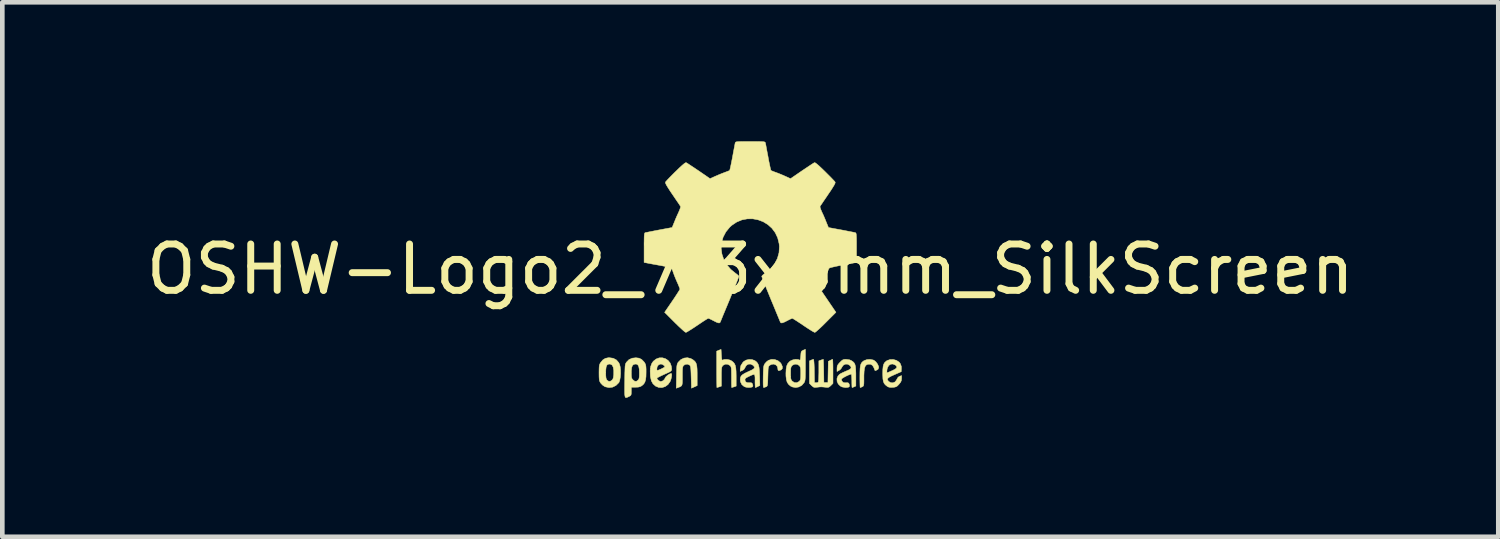
<source format=kicad_pcb>
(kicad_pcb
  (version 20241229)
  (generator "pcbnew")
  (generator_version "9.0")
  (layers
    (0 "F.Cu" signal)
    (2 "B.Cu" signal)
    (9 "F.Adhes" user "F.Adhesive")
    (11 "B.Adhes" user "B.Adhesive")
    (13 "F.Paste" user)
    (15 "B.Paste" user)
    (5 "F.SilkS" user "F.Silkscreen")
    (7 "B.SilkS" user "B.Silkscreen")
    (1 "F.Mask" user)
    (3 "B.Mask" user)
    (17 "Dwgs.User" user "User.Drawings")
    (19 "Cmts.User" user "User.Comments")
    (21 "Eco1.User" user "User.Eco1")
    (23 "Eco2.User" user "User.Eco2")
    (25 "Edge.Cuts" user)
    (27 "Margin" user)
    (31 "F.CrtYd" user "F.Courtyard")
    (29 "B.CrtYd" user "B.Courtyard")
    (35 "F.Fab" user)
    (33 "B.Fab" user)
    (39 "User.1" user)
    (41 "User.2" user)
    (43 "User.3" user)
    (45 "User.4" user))
  (footprint "OSHW-Logo2_7.3x6mm_SilkScreen"
    (layer "F.Cu")
    (at 13.149 2.763)
    (property "Reference" "OSHW-Logo2_7.3x6mm_SilkScreen" (at 0 0 0) (layer "F.SilkS") (effects (font (size 1 1) (thickness 0.15))))
    (attr exclude_from_bom)
    (fp_poly (pts (xy 2.653 1.959) (xy 2.67 1.966) (xy 2.711 1.999) (xy 2.747 2.047) (xy 2.769 2.097) (xy 2.772 2.122) (xy 2.76 2.157) (xy 2.734 2.175) (xy 2.706 2.187) (xy 2.693 2.189) (xy 2.687 2.174) (xy 2.674 2.141) (xy 2.669 2.127) (xy 2.639 2.076) (xy 2.595 2.05) (xy 2.538 2.051) (xy 2.534 2.052) (xy 2.504 2.067) (xy 2.481 2.094) (xy 2.466 2.139) (xy 2.457 2.205) (xy 2.453 2.294) (xy 2.453 2.341) (xy 2.453 2.416) (xy 2.452 2.467) (xy 2.448 2.499) (xy 2.442 2.518) (xy 2.432 2.529) (xy 2.417 2.537) (xy 2.416 2.538) (xy 2.387 2.55) (xy 2.372 2.555) (xy 2.37 2.541) (xy 2.368 2.503) (xy 2.367 2.446) (xy 2.366 2.374) (xy 2.366 2.322) (xy 2.367 2.22) (xy 2.37 2.143) (xy 2.377 2.086) (xy 2.389 2.045) (xy 2.407 2.014) (xy 2.432 1.99) (xy 2.457 1.973) (xy 2.517 1.951) (xy 2.587 1.946) (xy 2.653 1.959)) (stroke (width 0.01) (type solid)) (fill yes) (layer "F.SilkS"))
    (fp_poly (pts (xy -1.284 1.928) (xy -1.237 1.955) (xy -1.205 1.981) (xy -1.181 2.009) (xy -1.165 2.044) (xy -1.155 2.089) (xy -1.149 2.151) (xy -1.147 2.234) (xy -1.147 2.293) (xy -1.147 2.512) (xy -1.208 2.54) (xy -1.27 2.568) (xy -1.277 2.328) (xy -1.28 2.238) (xy -1.283 2.173) (xy -1.287 2.128) (xy -1.293 2.099) (xy -1.3 2.081) (xy -1.31 2.07) (xy -1.313 2.067) (xy -1.36 2.048) (xy -1.408 2.056) (xy -1.437 2.076) (xy -1.449 2.09) (xy -1.457 2.108) (xy -1.462 2.136) (xy -1.465 2.179) (xy -1.466 2.242) (xy -1.466 2.307) (xy -1.466 2.389) (xy -1.467 2.447) (xy -1.472 2.486) (xy -1.482 2.512) (xy -1.499 2.528) (xy -1.525 2.541) (xy -1.56 2.554) (xy -1.598 2.569) (xy -1.594 2.311) (xy -1.592 2.219) (xy -1.59 2.15) (xy -1.587 2.101) (xy -1.582 2.066) (xy -1.575 2.042) (xy -1.566 2.022) (xy -1.554 2.005) (xy -1.499 1.95) (xy -1.431 1.918) (xy -1.357 1.91) (xy -1.284 1.928)) (stroke (width 0.01) (type solid)) (fill yes) (layer "F.SilkS"))
    (fp_poly (pts (xy 0.53 1.95) (xy 0.596 1.974) (xy 0.649 2.017) (xy 0.67 2.047) (xy 0.693 2.103) (xy 0.692 2.143) (xy 0.669 2.17) (xy 0.66 2.175) (xy 0.622 2.189) (xy 0.602 2.185) (xy 0.595 2.161) (xy 0.595 2.148) (xy 0.583 2.099) (xy 0.551 2.065) (xy 0.508 2.048) (xy 0.459 2.053) (xy 0.419 2.074) (xy 0.405 2.087) (xy 0.396 2.101) (xy 0.389 2.124) (xy 0.385 2.159) (xy 0.383 2.212) (xy 0.381 2.288) (xy 0.38 2.312) (xy 0.378 2.394) (xy 0.376 2.451) (xy 0.372 2.49) (xy 0.367 2.513) (xy 0.359 2.526) (xy 0.347 2.535) (xy 0.339 2.538) (xy 0.307 2.55) (xy 0.288 2.555) (xy 0.282 2.541) (xy 0.278 2.5) (xy 0.277 2.431) (xy 0.278 2.334) (xy 0.278 2.319) (xy 0.28 2.23) (xy 0.283 2.165) (xy 0.286 2.119) (xy 0.292 2.087) (xy 0.3 2.064) (xy 0.311 2.044) (xy 0.317 2.035) (xy 0.35 1.998) (xy 0.388 1.969) (xy 0.392 1.966) (xy 0.459 1.946) (xy 0.53 1.95)) (stroke (width 0.01) (type solid)) (fill yes) (layer "F.SilkS"))
    (fp_poly (pts (xy -0.624 1.851) (xy -0.62 1.911) (xy -0.615 1.946) (xy -0.608 1.961) (xy -0.598 1.961) (xy -0.595 1.959) (xy -0.552 1.946) (xy -0.497 1.947) (xy -0.44 1.96) (xy -0.405 1.978) (xy -0.369 2.006) (xy -0.342 2.038) (xy -0.324 2.078) (xy -0.313 2.132) (xy -0.307 2.204) (xy -0.305 2.299) (xy -0.305 2.317) (xy -0.305 2.523) (xy -0.351 2.539) (xy -0.383 2.549) (xy -0.401 2.554) (xy -0.401 2.555) (xy -0.403 2.541) (xy -0.405 2.503) (xy -0.406 2.446) (xy -0.406 2.375) (xy -0.406 2.332) (xy -0.407 2.247) (xy -0.408 2.186) (xy -0.41 2.144) (xy -0.415 2.117) (xy -0.422 2.098) (xy -0.433 2.085) (xy -0.44 2.078) (xy -0.487 2.051) (xy -0.538 2.049) (xy -0.584 2.072) (xy -0.593 2.08) (xy -0.605 2.095) (xy -0.614 2.114) (xy -0.619 2.14) (xy -0.622 2.18) (xy -0.624 2.238) (xy -0.624 2.318) (xy -0.624 2.523) (xy -0.67 2.539) (xy -0.702 2.549) (xy -0.72 2.554) (xy -0.721 2.555) (xy -0.722 2.541) (xy -0.723 2.501) (xy -0.724 2.441) (xy -0.725 2.362) (xy -0.726 2.269) (xy -0.726 2.167) (xy -0.726 1.769) (xy -0.679 1.749) (xy -0.631 1.73) (xy -0.624 1.851)) (stroke (width 0.01) (type solid)) (fill yes) (layer "F.SilkS"))
    (fp_poly (pts (xy 1.78 1.959) (xy 1.782 1.997) (xy 1.784 2.055) (xy 1.785 2.128) (xy 1.785 2.205) (xy 1.785 2.465) (xy 1.739 2.511) (xy 1.708 2.539) (xy 1.68 2.551) (xy 1.642 2.55) (xy 1.627 2.548) (xy 1.58 2.543) (xy 1.541 2.54) (xy 1.531 2.54) (xy 1.499 2.541) (xy 1.453 2.546) (xy 1.436 2.548) (xy 1.392 2.552) (xy 1.363 2.544) (xy 1.334 2.521) (xy 1.323 2.511) (xy 1.277 2.465) (xy 1.277 1.979) (xy 1.314 1.962) (xy 1.346 1.949) (xy 1.365 1.945) (xy 1.369 1.959) (xy 1.374 1.997) (xy 1.378 2.056) (xy 1.381 2.132) (xy 1.382 2.195) (xy 1.386 2.446) (xy 1.421 2.451) (xy 1.452 2.447) (xy 1.468 2.436) (xy 1.472 2.415) (xy 1.476 2.371) (xy 1.478 2.309) (xy 1.48 2.235) (xy 1.48 2.197) (xy 1.48 1.977) (xy 1.526 1.961) (xy 1.559 1.95) (xy 1.576 1.945) (xy 1.577 1.945) (xy 1.578 1.959) (xy 1.58 1.997) (xy 1.582 2.054) (xy 1.584 2.127) (xy 1.585 2.195) (xy 1.589 2.446) (xy 1.676 2.446) (xy 1.68 2.217) (xy 1.684 1.989) (xy 1.727 1.967) (xy 1.758 1.952) (xy 1.777 1.945) (xy 1.777 1.945) (xy 1.78 1.959)) (stroke (width 0.01) (type solid)) (fill yes) (layer "F.SilkS"))
    (fp_poly (pts (xy -2.959 1.922) (xy -2.891 1.958) (xy -2.841 2.015) (xy -2.823 2.052) (xy -2.809 2.108) (xy -2.802 2.178) (xy -2.801 2.255) (xy -2.807 2.33) (xy -2.818 2.394) (xy -2.834 2.441) (xy -2.839 2.449) (xy -2.9 2.509) (xy -2.971 2.545) (xy -3.049 2.555) (xy -3.127 2.539) (xy -3.149 2.529) (xy -3.192 2.499) (xy -3.229 2.459) (xy -3.233 2.454) (xy -3.247 2.43) (xy -3.257 2.404) (xy -3.262 2.37) (xy -3.265 2.321) (xy -3.266 2.251) (xy -3.266 2.235) (xy -3.266 2.23) (xy -3.121 2.23) (xy -3.12 2.296) (xy -3.116 2.34) (xy -3.109 2.369) (xy -3.098 2.388) (xy -3.092 2.395) (xy -3.057 2.42) (xy -3.023 2.419) (xy -2.989 2.397) (xy -2.969 2.374) (xy -2.957 2.34) (xy -2.95 2.288) (xy -2.949 2.281) (xy -2.948 2.186) (xy -2.96 2.114) (xy -2.985 2.068) (xy -3.023 2.048) (xy -3.037 2.047) (xy -3.073 2.052) (xy -3.097 2.072) (xy -3.112 2.109) (xy -3.119 2.168) (xy -3.121 2.23) (xy -3.266 2.23) (xy -3.265 2.16) (xy -3.263 2.108) (xy -3.258 2.072) (xy -3.249 2.045) (xy -3.236 2.022) (xy -3.233 2.017) (xy -3.184 1.958) (xy -3.13 1.924) (xy -3.064 1.91) (xy -3.042 1.91) (xy -2.959 1.922)) (stroke (width 0.01) (type solid)) (fill yes) (layer "F.SilkS"))
    (fp_poly (pts (xy 3.154 1.967) (xy 3.211 2.004) (xy 3.239 2.038) (xy 3.261 2.099) (xy 3.262 2.147) (xy 3.258 2.212) (xy 3.11 2.277) (xy 3.037 2.31) (xy 2.99 2.337) (xy 2.966 2.36) (xy 2.961 2.383) (xy 2.975 2.407) (xy 2.99 2.424) (xy 3.034 2.45) (xy 3.081 2.452) (xy 3.125 2.432) (xy 3.157 2.391) (xy 3.163 2.376) (xy 3.191 2.331) (xy 3.222 2.312) (xy 3.266 2.296) (xy 3.266 2.358) (xy 3.262 2.4) (xy 3.247 2.436) (xy 3.215 2.477) (xy 3.211 2.482) (xy 3.176 2.519) (xy 3.145 2.538) (xy 3.108 2.547) (xy 3.076 2.55) (xy 3.02 2.551) (xy 2.981 2.542) (xy 2.956 2.528) (xy 2.917 2.497) (xy 2.89 2.465) (xy 2.873 2.423) (xy 2.863 2.368) (xy 2.86 2.291) (xy 2.859 2.253) (xy 2.86 2.206) (xy 2.948 2.206) (xy 2.949 2.231) (xy 2.952 2.235) (xy 2.968 2.23) (xy 3.004 2.215) (xy 3.052 2.194) (xy 3.062 2.19) (xy 3.123 2.159) (xy 3.157 2.132) (xy 3.164 2.106) (xy 3.146 2.08) (xy 3.132 2.069) (xy 3.079 2.046) (xy 3.03 2.05) (xy 2.989 2.078) (xy 2.961 2.127) (xy 2.952 2.166) (xy 2.948 2.206) (xy 2.86 2.206) (xy 2.861 2.162) (xy 2.868 2.095) (xy 2.882 2.047) (xy 2.904 2.011) (xy 2.937 1.983) (xy 2.951 1.973) (xy 3.015 1.95) (xy 3.085 1.948) (xy 3.154 1.967)) (stroke (width 0.01) (type solid)) (fill yes) (layer "F.SilkS"))
    (fp_poly (pts (xy 1.19 2.065) (xy 1.19 2.174) (xy 1.189 2.257) (xy 1.188 2.32) (xy 1.185 2.365) (xy 1.181 2.397) (xy 1.175 2.421) (xy 1.167 2.439) (xy 1.161 2.449) (xy 1.112 2.506) (xy 1.049 2.541) (xy 0.98 2.554) (xy 0.911 2.542) (xy 0.869 2.522) (xy 0.826 2.485) (xy 0.796 2.441) (xy 0.779 2.383) (xy 0.77 2.306) (xy 0.769 2.25) (xy 0.769 2.246) (xy 0.871 2.246) (xy 0.871 2.311) (xy 0.874 2.354) (xy 0.881 2.382) (xy 0.893 2.402) (xy 0.906 2.417) (xy 0.953 2.447) (xy 1.004 2.449) (xy 1.051 2.425) (xy 1.055 2.421) (xy 1.071 2.404) (xy 1.081 2.383) (xy 1.086 2.352) (xy 1.088 2.305) (xy 1.089 2.252) (xy 1.088 2.185) (xy 1.085 2.141) (xy 1.078 2.112) (xy 1.066 2.091) (xy 1.057 2.08) (xy 1.013 2.052) (xy 0.962 2.049) (xy 0.914 2.07) (xy 0.904 2.078) (xy 0.889 2.096) (xy 0.879 2.117) (xy 0.873 2.148) (xy 0.871 2.196) (xy 0.871 2.246) (xy 0.769 2.246) (xy 0.773 2.159) (xy 0.785 2.09) (xy 0.807 2.039) (xy 0.842 1.998) (xy 0.869 1.978) (xy 0.919 1.956) (xy 0.976 1.945) (xy 1.03 1.948) (xy 1.06 1.959) (xy 1.071 1.962) (xy 1.079 1.951) (xy 1.084 1.919) (xy 1.089 1.871) (xy 1.093 1.817) (xy 1.099 1.784) (xy 1.111 1.766) (xy 1.131 1.754) (xy 1.143 1.748) (xy 1.19 1.729) (xy 1.19 2.065)) (stroke (width 0.01) (type solid)) (fill yes) (layer "F.SilkS"))
    (fp_poly (pts (xy -1.832 1.931) (xy -1.774 1.97) (xy -1.73 2.025) (xy -1.704 2.096) (xy -1.698 2.148) (xy -1.699 2.17) (xy -1.704 2.187) (xy -1.718 2.201) (xy -1.745 2.218) (xy -1.79 2.239) (xy -1.857 2.269) (xy -1.858 2.27) (xy -1.92 2.298) (xy -1.97 2.323) (xy -2.005 2.342) (xy -2.017 2.353) (xy -2.017 2.353) (xy -2.006 2.376) (xy -1.98 2.402) (xy -1.949 2.42) (xy -1.934 2.424) (xy -1.891 2.411) (xy -1.855 2.379) (xy -1.837 2.345) (xy -1.82 2.319) (xy -1.787 2.29) (xy -1.748 2.264) (xy -1.713 2.25) (xy -1.706 2.25) (xy -1.698 2.262) (xy -1.697 2.294) (xy -1.703 2.337) (xy -1.715 2.383) (xy -1.73 2.423) (xy -1.731 2.424) (xy -1.777 2.489) (xy -1.837 2.533) (xy -1.906 2.555) (xy -1.976 2.552) (xy -2.044 2.524) (xy -2.047 2.522) (xy -2.101 2.473) (xy -2.136 2.41) (xy -2.155 2.327) (xy -2.158 2.304) (xy -2.162 2.194) (xy -2.157 2.143) (xy -2.017 2.143) (xy -2.016 2.175) (xy -2.006 2.184) (xy -1.981 2.177) (xy -1.942 2.161) (xy -1.899 2.14) (xy -1.898 2.139) (xy -1.861 2.12) (xy -1.846 2.107) (xy -1.85 2.093) (xy -1.865 2.076) (xy -1.904 2.05) (xy -1.946 2.048) (xy -1.984 2.067) (xy -2.01 2.103) (xy -2.017 2.143) (xy -2.157 2.143) (xy -2.153 2.106) (xy -2.128 2.036) (xy -2.095 1.987) (xy -2.033 1.938) (xy -1.966 1.913) (xy -1.897 1.912) (xy -1.832 1.931)) (stroke (width 0.01) (type solid)) (fill yes) (layer "F.SilkS"))
    (fp_poly (pts (xy 0.04 1.951) (xy 0.097 1.972) (xy 0.097 1.972) (xy 0.132 1.998) (xy 0.158 2.029) (xy 0.177 2.068) (xy 0.189 2.121) (xy 0.196 2.194) (xy 0.2 2.289) (xy 0.201 2.303) (xy 0.206 2.509) (xy 0.162 2.532) (xy 0.13 2.547) (xy 0.11 2.554) (xy 0.11 2.555) (xy 0.106 2.541) (xy 0.104 2.505) (xy 0.102 2.451) (xy 0.102 2.408) (xy 0.102 2.339) (xy 0.098 2.295) (xy 0.087 2.274) (xy 0.064 2.273) (xy 0.022 2.289) (xy -0.04 2.318) (xy -0.086 2.342) (xy -0.109 2.363) (xy -0.116 2.386) (xy -0.116 2.387) (xy -0.105 2.426) (xy -0.071 2.447) (xy -0.019 2.451) (xy 0.018 2.45) (xy 0.038 2.461) (xy 0.05 2.487) (xy 0.057 2.519) (xy 0.047 2.538) (xy 0.043 2.541) (xy 0.007 2.551) (xy -0.043 2.553) (xy -0.095 2.546) (xy -0.132 2.533) (xy -0.183 2.49) (xy -0.212 2.429) (xy -0.218 2.382) (xy -0.213 2.34) (xy -0.198 2.305) (xy -0.166 2.275) (xy -0.115 2.244) (xy -0.041 2.209) (xy -0.036 2.207) (xy 0.031 2.176) (xy 0.072 2.151) (xy 0.09 2.128) (xy 0.086 2.105) (xy 0.063 2.078) (xy 0.056 2.072) (xy 0.009 2.048) (xy -0.04 2.049) (xy -0.082 2.072) (xy -0.111 2.116) (xy -0.113 2.124) (xy -0.139 2.165) (xy -0.171 2.185) (xy -0.218 2.205) (xy -0.218 2.154) (xy -0.204 2.08) (xy -0.161 2.012) (xy -0.139 1.99) (xy -0.089 1.961) (xy -0.026 1.947) (xy 0.04 1.951)) (stroke (width 0.01) (type solid)) (fill yes) (layer "F.SilkS"))
    (fp_poly (pts (xy -2.4 1.92) (xy -2.345 1.948) (xy -2.296 1.998) (xy -2.282 2.017) (xy -2.268 2.042) (xy -2.258 2.069) (xy -2.253 2.105) (xy -2.25 2.156) (xy -2.25 2.224) (xy -2.252 2.318) (xy -2.261 2.388) (xy -2.277 2.44) (xy -2.303 2.48) (xy -2.34 2.513) (xy -2.342 2.515) (xy -2.379 2.535) (xy -2.422 2.545) (xy -2.478 2.547) (xy -2.569 2.547) (xy -2.569 2.635) (xy -2.57 2.684) (xy -2.575 2.713) (xy -2.588 2.73) (xy -2.614 2.745) (xy -2.62 2.748) (xy -2.649 2.762) (xy -2.672 2.77) (xy -2.688 2.771) (xy -2.7 2.761) (xy -2.707 2.737) (xy -2.712 2.696) (xy -2.713 2.636) (xy -2.713 2.553) (xy -2.712 2.445) (xy -2.711 2.413) (xy -2.71 2.302) (xy -2.709 2.229) (xy -2.569 2.229) (xy -2.568 2.29) (xy -2.565 2.331) (xy -2.557 2.358) (xy -2.543 2.378) (xy -2.533 2.388) (xy -2.495 2.418) (xy -2.46 2.42) (xy -2.425 2.396) (xy -2.424 2.395) (xy -2.409 2.376) (xy -2.401 2.351) (xy -2.396 2.312) (xy -2.395 2.252) (xy -2.395 2.238) (xy -2.398 2.156) (xy -2.409 2.099) (xy -2.429 2.064) (xy -2.458 2.048) (xy -2.476 2.047) (xy -2.516 2.054) (xy -2.544 2.078) (xy -2.561 2.123) (xy -2.568 2.191) (xy -2.569 2.229) (xy -2.709 2.229) (xy -2.708 2.215) (xy -2.706 2.15) (xy -2.704 2.103) (xy -2.7 2.069) (xy -2.694 2.045) (xy -2.687 2.028) (xy -2.677 2.012) (xy -2.673 2.006) (xy -2.619 1.951) (xy -2.55 1.92) (xy -2.47 1.911) (xy -2.4 1.92)) (stroke (width 0.01) (type solid)) (fill yes) (layer "F.SilkS"))
    (fp_poly (pts (xy 2.145 1.956) (xy 2.187 1.975) (xy 2.219 1.998) (xy 2.244 2.024) (xy 2.26 2.057) (xy 2.271 2.103) (xy 2.276 2.165) (xy 2.279 2.249) (xy 2.279 2.305) (xy 2.279 2.521) (xy 2.242 2.538) (xy 2.213 2.55) (xy 2.198 2.555) (xy 2.195 2.541) (xy 2.193 2.505) (xy 2.192 2.452) (xy 2.192 2.409) (xy 2.19 2.348) (xy 2.187 2.3) (xy 2.182 2.271) (xy 2.178 2.264) (xy 2.153 2.271) (xy 2.112 2.287) (xy 2.066 2.309) (xy 2.021 2.333) (xy 1.986 2.355) (xy 1.97 2.37) (xy 1.97 2.37) (xy 1.971 2.397) (xy 1.984 2.423) (xy 2.006 2.444) (xy 2.038 2.451) (xy 2.065 2.451) (xy 2.104 2.45) (xy 2.124 2.459) (xy 2.136 2.483) (xy 2.138 2.488) (xy 2.143 2.522) (xy 2.129 2.543) (xy 2.092 2.552) (xy 2.052 2.554) (xy 1.981 2.541) (xy 1.943 2.521) (xy 1.898 2.476) (xy 1.873 2.42) (xy 1.871 2.361) (xy 1.892 2.306) (xy 1.923 2.271) (xy 1.953 2.252) (xy 2.002 2.228) (xy 2.058 2.203) (xy 2.068 2.199) (xy 2.13 2.172) (xy 2.166 2.148) (xy 2.177 2.124) (xy 2.167 2.097) (xy 2.148 2.076) (xy 2.104 2.05) (xy 2.056 2.048) (xy 2.012 2.068) (xy 1.981 2.108) (xy 1.977 2.118) (xy 1.952 2.156) (xy 1.917 2.184) (xy 1.872 2.207) (xy 1.872 2.141) (xy 1.875 2.102) (xy 1.886 2.07) (xy 1.911 2.036) (xy 1.935 2.01) (xy 1.972 1.974) (xy 2.001 1.954) (xy 2.033 1.946) (xy 2.068 1.945) (xy 2.145 1.956)) (stroke (width 0.01) (type solid)) (fill yes) (layer "F.SilkS"))
    (fp_poly (pts (xy 0.104 -2.758) (xy 0.182 -2.757) (xy 0.239 -2.756) (xy 0.278 -2.754) (xy 0.303 -2.75) (xy 0.316 -2.744) (xy 0.323 -2.737) (xy 0.326 -2.726) (xy 0.327 -2.725) (xy 0.332 -2.701) (xy 0.341 -2.653) (xy 0.353 -2.587) (xy 0.368 -2.508) (xy 0.385 -2.42) (xy 0.385 -2.417) (xy 0.401 -2.331) (xy 0.417 -2.255) (xy 0.43 -2.194) (xy 0.44 -2.152) (xy 0.446 -2.133) (xy 0.447 -2.133) (xy 0.465 -2.124) (xy 0.502 -2.109) (xy 0.551 -2.091) (xy 0.552 -2.091) (xy 0.613 -2.068) (xy 0.686 -2.038) (xy 0.754 -2.008) (xy 0.757 -2.007) (xy 0.869 -1.956) (xy 1.115 -2.125) (xy 1.191 -2.176) (xy 1.26 -2.222) (xy 1.317 -2.26) (xy 1.359 -2.287) (xy 1.383 -2.301) (xy 1.385 -2.302) (xy 1.402 -2.298) (xy 1.434 -2.275) (xy 1.481 -2.235) (xy 1.546 -2.174) (xy 1.612 -2.11) (xy 1.676 -2.046) (xy 1.733 -1.989) (xy 1.78 -1.94) (xy 1.814 -1.904) (xy 1.83 -1.884) (xy 1.831 -1.883) (xy 1.833 -1.869) (xy 1.826 -1.847) (xy 1.809 -1.814) (xy 1.779 -1.765) (xy 1.737 -1.699) (xy 1.679 -1.614) (xy 1.629 -1.54) (xy 1.583 -1.473) (xy 1.546 -1.417) (xy 1.519 -1.378) (xy 1.506 -1.357) (xy 1.505 -1.356) (xy 1.507 -1.336) (xy 1.519 -1.298) (xy 1.54 -1.248) (xy 1.547 -1.232) (xy 1.58 -1.162) (xy 1.614 -1.082) (xy 1.642 -1.012) (xy 1.663 -0.961) (xy 1.679 -0.922) (xy 1.688 -0.901) (xy 1.689 -0.9) (xy 1.706 -0.897) (xy 1.746 -0.89) (xy 1.804 -0.879) (xy 1.875 -0.866) (xy 1.952 -0.852) (xy 2.032 -0.837) (xy 2.107 -0.822) (xy 2.174 -0.809) (xy 2.227 -0.799) (xy 2.26 -0.792) (xy 2.268 -0.79) (xy 2.276 -0.785) (xy 2.283 -0.774) (xy 2.287 -0.754) (xy 2.29 -0.72) (xy 2.292 -0.67) (xy 2.293 -0.599) (xy 2.293 -0.504) (xy 2.293 -0.465) (xy 2.293 -0.147) (xy 2.217 -0.132) (xy 2.175 -0.124) (xy 2.111 -0.112) (xy 2.035 -0.098) (xy 1.953 -0.083) (xy 1.93 -0.079) (xy 1.855 -0.064) (xy 1.789 -0.049) (xy 1.738 -0.037) (xy 1.709 -0.027) (xy 1.704 -0.024) (xy 1.691 -0.003) (xy 1.674 0.038) (xy 1.655 0.09) (xy 1.651 0.102) (xy 1.625 0.172) (xy 1.594 0.25) (xy 1.563 0.321) (xy 1.563 0.322) (xy 1.511 0.433) (xy 1.68 0.681) (xy 1.849 0.93) (xy 1.632 1.147) (xy 1.567 1.212) (xy 1.507 1.269) (xy 1.456 1.315) (xy 1.418 1.348) (xy 1.396 1.363) (xy 1.392 1.364) (xy 1.374 1.356) (xy 1.335 1.335) (xy 1.281 1.301) (xy 1.216 1.259) (xy 1.146 1.212) (xy 1.075 1.164) (xy 1.011 1.122) (xy 0.959 1.089) (xy 0.923 1.067) (xy 0.907 1.06) (xy 0.887 1.066) (xy 0.85 1.083) (xy 0.803 1.107) (xy 0.798 1.11) (xy 0.734 1.142) (xy 0.69 1.158) (xy 0.663 1.158) (xy 0.649 1.143) (xy 0.649 1.143) (xy 0.642 1.126) (xy 0.625 1.085) (xy 0.6 1.024) (xy 0.567 0.945) (xy 0.529 0.852) (xy 0.486 0.748) (xy 0.444 0.648) (xy 0.399 0.537) (xy 0.357 0.434) (xy 0.32 0.342) (xy 0.289 0.265) (xy 0.266 0.206) (xy 0.251 0.167) (xy 0.247 0.153) (xy 0.258 0.136) (xy 0.287 0.11) (xy 0.326 0.081) (xy 0.437 -0.011) (xy 0.523 -0.116) (xy 0.585 -0.233) (xy 0.62 -0.358) (xy 0.628 -0.49) (xy 0.622 -0.552) (xy 0.591 -0.678) (xy 0.538 -0.79) (xy 0.466 -0.886) (xy 0.378 -0.965) (xy 0.278 -1.026) (xy 0.168 -1.067) (xy 0.053 -1.089) (xy -0.065 -1.088) (xy -0.181 -1.066) (xy -0.294 -1.019) (xy -0.4 -0.948) (xy -0.444 -0.908) (xy -0.528 -0.805) (xy -0.587 -0.692) (xy -0.62 -0.573) (xy -0.629 -0.451) (xy -0.613 -0.329) (xy -0.573 -0.211) (xy -0.51 -0.1) (xy -0.423 0.002) (xy -0.326 0.081) (xy -0.286 0.111) (xy -0.257 0.137) (xy -0.247 0.153) (xy -0.252 0.17) (xy -0.267 0.21) (xy -0.291 0.272) (xy -0.323 0.35) (xy -0.36 0.443) (xy -0.403 0.546) (xy -0.444 0.648) (xy -0.49 0.759) (xy -0.533 0.862) (xy -0.571 0.953) (xy -0.603 1.03) (xy -0.627 1.09) (xy -0.643 1.129) (xy -0.649 1.143) (xy -0.663 1.158) (xy -0.69 1.158) (xy -0.734 1.142) (xy -0.797 1.11) (xy -0.798 1.11) (xy -0.845 1.085) (xy -0.884 1.067) (xy -0.906 1.06) (xy -0.907 1.06) (xy -0.923 1.067) (xy -0.96 1.089) (xy -1.012 1.122) (xy -1.075 1.164) (xy -1.146 1.212) (xy -1.218 1.26) (xy -1.283 1.302) (xy -1.336 1.335) (xy -1.374 1.357) (xy -1.392 1.364) (xy -1.409 1.354) (xy -1.443 1.327) (xy -1.49 1.284) (xy -1.547 1.231) (xy -1.612 1.168) (xy -1.633 1.147) (xy -1.85 0.93) (xy -1.684 0.687) (xy -1.634 0.613) (xy -1.59 0.546) (xy -1.555 0.491) (xy -1.53 0.451) (xy -1.519 0.43) (xy -1.519 0.429) (xy -1.525 0.409) (xy -1.54 0.37) (xy -1.562 0.317) (xy -1.578 0.282) (xy -1.607 0.215) (xy -1.635 0.147) (xy -1.656 0.09) (xy -1.662 0.073) (xy -1.679 0.026) (xy -1.695 -0.01) (xy -1.704 -0.024) (xy -1.723 -0.032) (xy -1.766 -0.044) (xy -1.826 -0.058) (xy -1.898 -0.073) (xy -1.93 -0.079) (xy -2.012 -0.094) (xy -2.091 -0.108) (xy -2.159 -0.121) (xy -2.208 -0.13) (xy -2.217 -0.132) (xy -2.293 -0.147) (xy -2.293 -0.465) (xy -2.293 -0.569) (xy -2.292 -0.648) (xy -2.291 -0.705) (xy -2.288 -0.744) (xy -2.284 -0.769) (xy -2.279 -0.782) (xy -2.271 -0.789) (xy -2.268 -0.79) (xy -2.249 -0.794) (xy -2.207 -0.802) (xy -2.148 -0.814) (xy -2.077 -0.828) (xy -1.999 -0.843) (xy -1.92 -0.858) (xy -1.845 -0.872) (xy -1.779 -0.884) (xy -1.727 -0.894) (xy -1.696 -0.899) (xy -1.689 -0.9) (xy -1.683 -0.912) (xy -1.669 -0.946) (xy -1.65 -0.994) (xy -1.642 -1.012) (xy -1.613 -1.085) (xy -1.578 -1.165) (xy -1.547 -1.232) (xy -1.525 -1.284) (xy -1.51 -1.326) (xy -1.504 -1.352) (xy -1.505 -1.356) (xy -1.516 -1.372) (xy -1.54 -1.409) (xy -1.576 -1.461) (xy -1.62 -1.526) (xy -1.67 -1.6) (xy -1.68 -1.614) (xy -1.738 -1.7) (xy -1.78 -1.766) (xy -1.809 -1.814) (xy -1.826 -1.847) (xy -1.833 -1.869) (xy -1.831 -1.883) (xy -1.831 -1.883) (xy -1.816 -1.901) (xy -1.785 -1.935) (xy -1.739 -1.983) (xy -1.683 -2.04) (xy -1.62 -2.103) (xy -1.612 -2.11) (xy -1.533 -2.187) (xy -1.471 -2.244) (xy -1.427 -2.281) (xy -1.398 -2.3) (xy -1.385 -2.302) (xy -1.367 -2.292) (xy -1.328 -2.267) (xy -1.274 -2.231) (xy -1.207 -2.187) (xy -1.133 -2.137) (xy -1.115 -2.125) (xy -0.869 -1.956) (xy -0.757 -2.007) (xy -0.69 -2.036) (xy -0.617 -2.066) (xy -0.554 -2.09) (xy -0.552 -2.091) (xy -0.503 -2.109) (xy -0.465 -2.124) (xy -0.447 -2.133) (xy -0.447 -2.133) (xy -0.441 -2.149) (xy -0.431 -2.19) (xy -0.418 -2.25) (xy -0.403 -2.325) (xy -0.386 -2.41) (xy -0.385 -2.417) (xy -0.369 -2.505) (xy -0.354 -2.585) (xy -0.341 -2.651) (xy -0.332 -2.7) (xy -0.327 -2.725) (xy -0.327 -2.725) (xy -0.323 -2.736) (xy -0.317 -2.744) (xy -0.305 -2.75) (xy -0.281 -2.753) (xy -0.244 -2.756) (xy -0.19 -2.757) (xy -0.114 -2.758) (xy -0.013 -2.758) (xy 0 -2.758) (xy 0.104 -2.758)) (stroke (width 0.01) (type solid)) (fill yes) (layer "F.SilkS")))
  (gr_rect
    (start -3 -3)
    (end 29.298 8.539)
    (stroke (width 0.1) (type default))
    (fill no)
    (layer "Edge.Cuts")))
</source>
